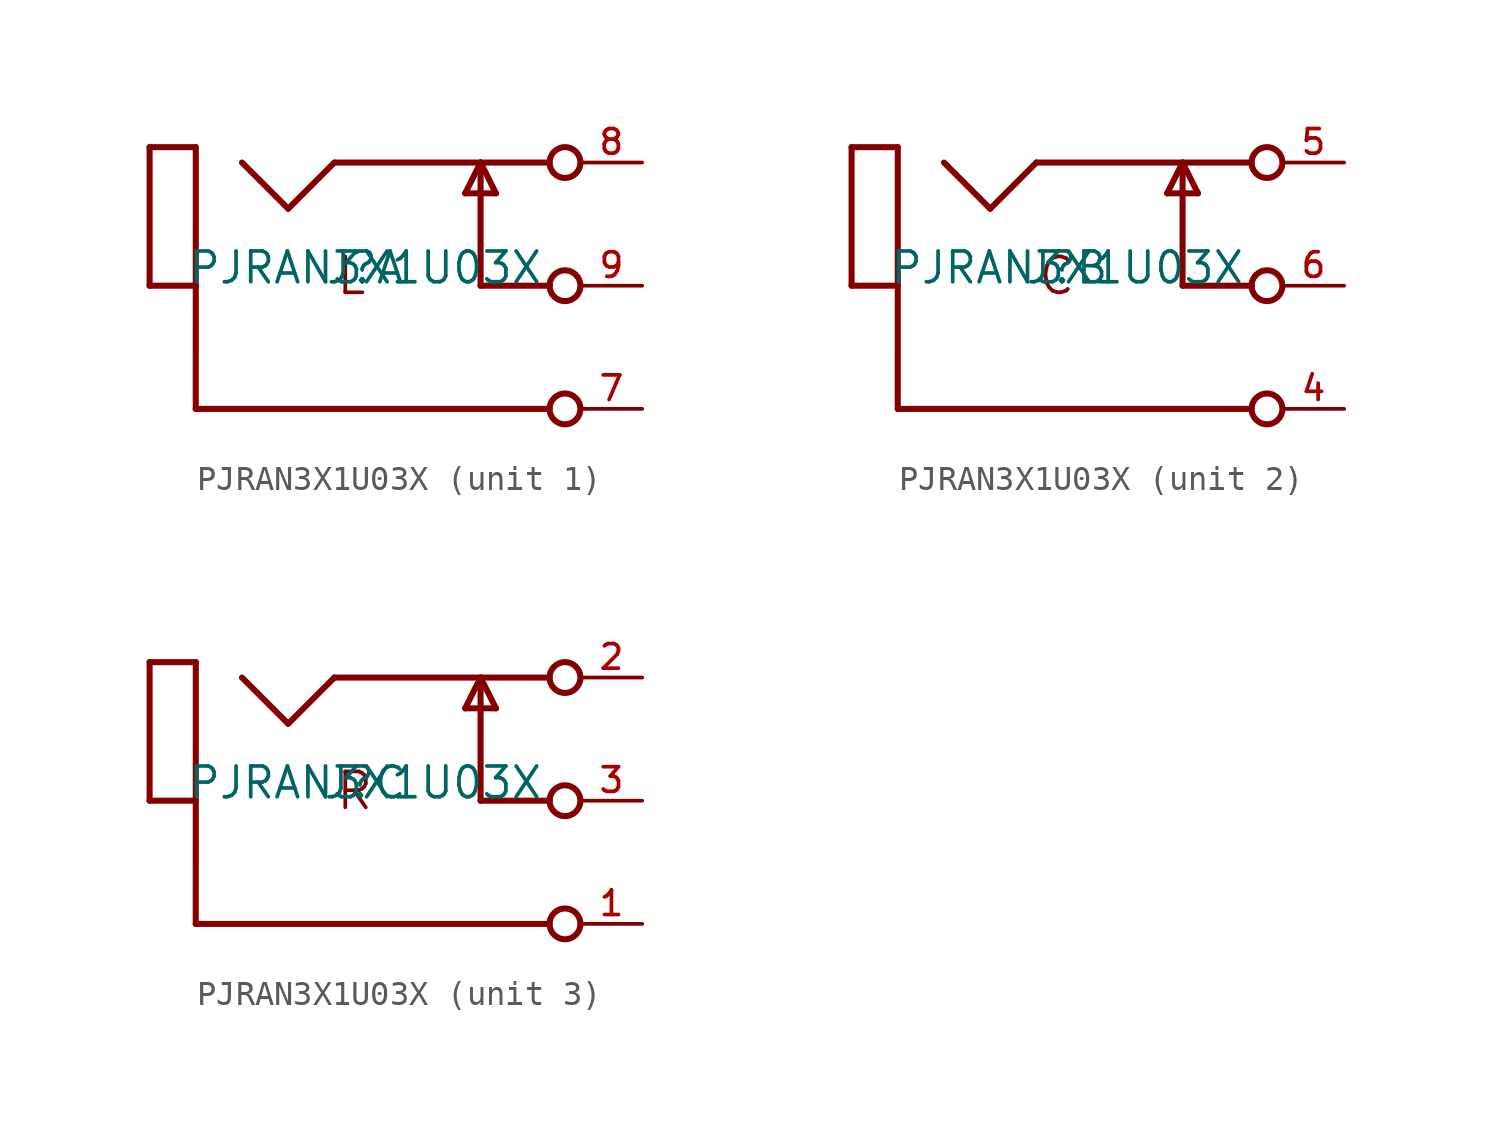
<source format=kicad_sym>
(kicad_symbol_lib
  (version 20211014)
  (generator kicad_symbol_editor)
  (symbol "PJRAN3X1U03X"
    (pin_names
      (offset 1.016))
    (property "Reference" "J"
      (at 0 0 0)
      (effects (font (size 1.27 1.27)) (justify bottom)))
    (property "Value" "PJRAN3X1U03X"
      (at 0 0 0)
      (effects (font (size 1.27 1.27)) (justify bottom)))
    (symbol "PJRAN3X1U03X_1_0"
      (polyline (pts (xy -8.89 0) (xy -6.985 0)) (stroke (width 0.25) (type default) (color 0 0 0 0)) (fill (type none)))
      (polyline (pts (xy -8.888 5.715) (xy -8.888 0)) (stroke (width 0.25) (type default) (color 0 0 0 0)) (fill (type none)))
      (polyline (pts (xy -8.888 5.715) (xy -6.983 5.715)) (stroke (width 0.25) (type default) (color 0 0 0 0)) (fill (type none)))
      (polyline (pts (xy -6.985 -5.08) (xy 7.609 -5.08)) (stroke (width 0.25) (type default) (color 0 0 0 0)) (fill (type none)))
      (polyline (pts (xy -6.983 5.715) (xy -6.985 -5.08)) (stroke (width 0.25) (type default) (color 0 0 0 0)) (fill (type none)))
      (polyline (pts (xy -5.078 5.08) (xy -3.173 3.175)) (stroke (width 0.25) (type default) (color 0 0 0 0)) (fill (type none)))
      (polyline (pts (xy -3.173 3.175) (xy -1.268 5.08)) (stroke (width 0.25) (type default) (color 0 0 0 0)) (fill (type none)))
      (polyline (pts (xy -1.268 5.08) (xy 7.609 5.08)) (stroke (width 0.25) (type default) (color 0 0 0 0)) (fill (type none)))
      (polyline (pts (xy 4.128 3.81) (xy 4.762 5.08)) (stroke (width 0.25) (type default) (color 0 0 0 0)) (fill (type none)))
      (polyline (pts (xy 4.762 0) (xy 7.62 0)) (stroke (width 0.25) (type default) (color 0 0 0 0)) (fill (type none)))
      (polyline (pts (xy 4.762 5.08) (xy 5.397 3.81)) (stroke (width 0.25) (type default) (color 0 0 0 0)) (fill (type none)))
      (polyline (pts (xy 4.763 5.08) (xy 4.762 0)) (stroke (width 0.25) (type default) (color 0 0 0 0)) (fill (type none)))
      (polyline (pts (xy 5.397 3.81) (xy 4.128 3.81)) (stroke (width 0.25) (type default) (color 0 0 0 0)) (fill (type none)))
      (circle (center 8.244 -5.08) (radius 0.635) (stroke (width 0.25) (type default) (color 0 0 0 0)) (fill (type none)))
      (circle (center 8.244 0) (radius 0.635) (stroke (width 0.25) (type default) (color 0 0 0 0)) (fill (type none)))
      (circle (center 8.244 5.08) (radius 0.635) (stroke (width 0.25) (type default) (color 0 0 0 0)) (fill (type none)))
      (text "L" (at -1.27 1.27 0) (effects (font (size 1.48 1.48)) (justify left top)))
      (pin passive line (at 11.43 -5.08 180) (length 2.54) (name "~" (effects (font (size 1.016 1.016)))) (number "7" (effects (font (size 1.016 1.016)))))
      (pin passive line (at 11.425 5.08 180) (length 2.54) (name "~" (effects (font (size 1.016 1.016)))) (number "8" (effects (font (size 1.016 1.016)))))
      (pin passive line (at 11.43 0 180) (length 2.54) (name "~" (effects (font (size 1.016 1.016)))) (number "9" (effects (font (size 1.016 1.016))))))
    (symbol "PJRAN3X1U03X_2_0"
      (polyline (pts (xy -8.89 0) (xy -6.985 0)) (stroke (width 0.25) (type default) (color 0 0 0 0)) (fill (type none)))
      (polyline (pts (xy -8.888 5.715) (xy -8.888 0)) (stroke (width 0.25) (type default) (color 0 0 0 0)) (fill (type none)))
      (polyline (pts (xy -8.888 5.715) (xy -6.983 5.715)) (stroke (width 0.25) (type default) (color 0 0 0 0)) (fill (type none)))
      (polyline (pts (xy -6.985 -5.08) (xy 7.609 -5.08)) (stroke (width 0.25) (type default) (color 0 0 0 0)) (fill (type none)))
      (polyline (pts (xy -6.983 5.715) (xy -6.985 -5.08)) (stroke (width 0.25) (type default) (color 0 0 0 0)) (fill (type none)))
      (polyline (pts (xy -5.078 5.08) (xy -3.173 3.175)) (stroke (width 0.25) (type default) (color 0 0 0 0)) (fill (type none)))
      (polyline (pts (xy -3.173 3.175) (xy -1.268 5.08)) (stroke (width 0.25) (type default) (color 0 0 0 0)) (fill (type none)))
      (polyline (pts (xy -1.268 5.08) (xy 7.609 5.08)) (stroke (width 0.25) (type default) (color 0 0 0 0)) (fill (type none)))
      (polyline (pts (xy 4.128 3.81) (xy 4.762 5.08)) (stroke (width 0.25) (type default) (color 0 0 0 0)) (fill (type none)))
      (polyline (pts (xy 4.762 0) (xy 7.62 0)) (stroke (width 0.25) (type default) (color 0 0 0 0)) (fill (type none)))
      (polyline (pts (xy 4.762 5.08) (xy 5.397 3.81)) (stroke (width 0.25) (type default) (color 0 0 0 0)) (fill (type none)))
      (polyline (pts (xy 4.763 5.08) (xy 4.762 0)) (stroke (width 0.25) (type default) (color 0 0 0 0)) (fill (type none)))
      (polyline (pts (xy 5.397 3.81) (xy 4.128 3.81)) (stroke (width 0.25) (type default) (color 0 0 0 0)) (fill (type none)))
      (circle (center 8.244 -5.08) (radius 0.635) (stroke (width 0.25) (type default) (color 0 0 0 0)) (fill (type none)))
      (circle (center 8.244 0) (radius 0.635) (stroke (width 0.25) (type default) (color 0 0 0 0)) (fill (type none)))
      (circle (center 8.244 5.08) (radius 0.635) (stroke (width 0.25) (type default) (color 0 0 0 0)) (fill (type none)))
      (text "C" (at -1.27 1.27 0) (effects (font (size 1.48 1.48)) (justify left top)))
      (pin passive line (at 11.43 -5.08 180) (length 2.54) (name "~" (effects (font (size 1.016 1.016)))) (number "4" (effects (font (size 1.016 1.016)))))
      (pin passive line (at 11.43 5.08 180) (length 2.54) (name "~" (effects (font (size 1.016 1.016)))) (number "5" (effects (font (size 1.016 1.016)))))
      (pin passive line (at 11.43 0 180) (length 2.54) (name "~" (effects (font (size 1.016 1.016)))) (number "6" (effects (font (size 1.016 1.016))))))
    (symbol "PJRAN3X1U03X_3_0"
      (polyline (pts (xy -8.89 0) (xy -6.985 0)) (stroke (width 0.25) (type default) (color 0 0 0 0)) (fill (type none)))
      (polyline (pts (xy -8.888 5.715) (xy -8.888 0)) (stroke (width 0.25) (type default) (color 0 0 0 0)) (fill (type none)))
      (polyline (pts (xy -8.888 5.715) (xy -6.983 5.715)) (stroke (width 0.25) (type default) (color 0 0 0 0)) (fill (type none)))
      (polyline (pts (xy -6.985 -5.08) (xy 7.609 -5.08)) (stroke (width 0.25) (type default) (color 0 0 0 0)) (fill (type none)))
      (polyline (pts (xy -6.983 5.715) (xy -6.985 -5.08)) (stroke (width 0.25) (type default) (color 0 0 0 0)) (fill (type none)))
      (polyline (pts (xy -5.078 5.08) (xy -3.173 3.175)) (stroke (width 0.25) (type default) (color 0 0 0 0)) (fill (type none)))
      (polyline (pts (xy -3.173 3.175) (xy -1.268 5.08)) (stroke (width 0.25) (type default) (color 0 0 0 0)) (fill (type none)))
      (polyline (pts (xy -1.268 5.08) (xy 7.609 5.08)) (stroke (width 0.25) (type default) (color 0 0 0 0)) (fill (type none)))
      (polyline (pts (xy 4.128 3.81) (xy 4.762 5.08)) (stroke (width 0.25) (type default) (color 0 0 0 0)) (fill (type none)))
      (polyline (pts (xy 4.762 0) (xy 7.62 0)) (stroke (width 0.25) (type default) (color 0 0 0 0)) (fill (type none)))
      (polyline (pts (xy 4.762 5.08) (xy 5.397 3.81)) (stroke (width 0.25) (type default) (color 0 0 0 0)) (fill (type none)))
      (polyline (pts (xy 4.763 5.08) (xy 4.762 0)) (stroke (width 0.25) (type default) (color 0 0 0 0)) (fill (type none)))
      (polyline (pts (xy 5.397 3.81) (xy 4.128 3.81)) (stroke (width 0.25) (type default) (color 0 0 0 0)) (fill (type none)))
      (circle (center 8.244 -5.08) (radius 0.635) (stroke (width 0.25) (type default) (color 0 0 0 0)) (fill (type none)))
      (circle (center 8.244 0) (radius 0.635) (stroke (width 0.25) (type default) (color 0 0 0 0)) (fill (type none)))
      (circle (center 8.244 5.08) (radius 0.635) (stroke (width 0.25) (type default) (color 0 0 0 0)) (fill (type none)))
      (text "R" (at -1.27 1.27 0) (effects (font (size 1.48 1.48)) (justify left top)))
      (pin passive line (at 11.43 -5.08 180) (length 2.54) (name "~" (effects (font (size 1.016 1.016)))) (number "1" (effects (font (size 1.016 1.016)))))
      (pin passive line (at 11.43 5.08 180) (length 2.54) (name "~" (effects (font (size 1.016 1.016)))) (number "2" (effects (font (size 1.016 1.016)))))
      (pin passive line (at 11.43 0 180) (length 2.54) (name "~" (effects (font (size 1.016 1.016)))) (number "3" (effects (font (size 1.016 1.016))))))))
</source>
